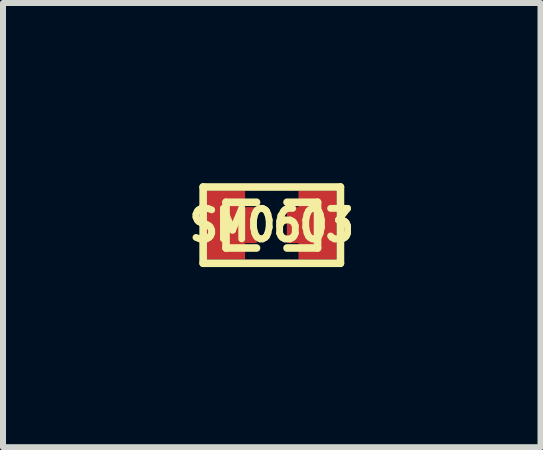
<source format=kicad_pcb>
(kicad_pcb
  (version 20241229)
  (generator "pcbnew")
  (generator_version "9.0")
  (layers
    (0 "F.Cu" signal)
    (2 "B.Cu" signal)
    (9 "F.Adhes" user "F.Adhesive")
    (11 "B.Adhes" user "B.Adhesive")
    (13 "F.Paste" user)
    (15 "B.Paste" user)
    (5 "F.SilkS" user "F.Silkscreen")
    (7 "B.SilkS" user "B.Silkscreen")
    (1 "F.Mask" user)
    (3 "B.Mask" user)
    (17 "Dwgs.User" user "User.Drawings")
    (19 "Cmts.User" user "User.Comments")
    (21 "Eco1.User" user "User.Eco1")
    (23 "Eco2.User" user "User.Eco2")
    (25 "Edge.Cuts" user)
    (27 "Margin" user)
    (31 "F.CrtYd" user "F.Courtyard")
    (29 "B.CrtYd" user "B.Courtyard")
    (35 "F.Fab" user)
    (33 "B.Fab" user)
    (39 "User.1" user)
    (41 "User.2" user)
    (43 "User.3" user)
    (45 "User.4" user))
  (footprint "SM0603"
    (layer "F.Cu")
    (at 1.476 0.699)
    (property "Reference" "SM0603" (at 0 0 0) (layer "F.SilkS") (effects (font (size 0.508 0.457) (thickness 0.114))))
    (attr smd)
    (fp_line (start -1.143 -0.635) (end 1.143 -0.635) (stroke (width 0.127) (type solid)) (layer "F.SilkS"))
    (fp_line (start -1.143 0.635) (end -1.143 -0.635) (stroke (width 0.127) (type solid)) (layer "F.SilkS"))
    (fp_line (start -0.762 -0.381) (end -0.762 0.381) (stroke (width 0.127) (type solid)) (layer "F.SilkS"))
    (fp_line (start -0.762 0.381) (end -0.254 0.381) (stroke (width 0.127) (type solid)) (layer "F.SilkS"))
    (fp_line (start -0.254 -0.381) (end -0.762 -0.381) (stroke (width 0.127) (type solid)) (layer "F.SilkS"))
    (fp_line (start 0.254 -0.381) (end 0.762 -0.381) (stroke (width 0.127) (type solid)) (layer "F.SilkS"))
    (fp_line (start 0.762 -0.381) (end 0.762 0.381) (stroke (width 0.127) (type solid)) (layer "F.SilkS"))
    (fp_line (start 0.762 0.381) (end 0.254 0.381) (stroke (width 0.127) (type solid)) (layer "F.SilkS"))
    (fp_line (start 1.143 -0.635) (end 1.143 0.635) (stroke (width 0.127) (type solid)) (layer "F.SilkS"))
    (fp_line (start 1.143 0.635) (end -1.143 0.635) (stroke (width 0.127) (type solid)) (layer "F.SilkS"))
    (pad "1" smd rect (at -0.762 0) (size 0.635 1.143) (layers "F.Cu" "F.Mask" "F.Paste"))
    (pad "1" smd rect (at -0.45 0) (size 0.399 0.599) (layers "F.Cu" "F.Mask" "F.Paste"))
    (pad "2" smd rect (at 0.45 0) (size 0.399 0.599) (layers "F.Cu" "F.Mask" "F.Paste"))
    (pad "2" smd rect (at 0.762 0) (size 0.635 1.143) (layers "F.Cu" "F.Mask" "F.Paste")))
  (gr_rect
    (start -3 -3)
    (end 5.951 4.397)
    (stroke (width 0.1) (type default))
    (fill no)
    (layer "Edge.Cuts")))
</source>
